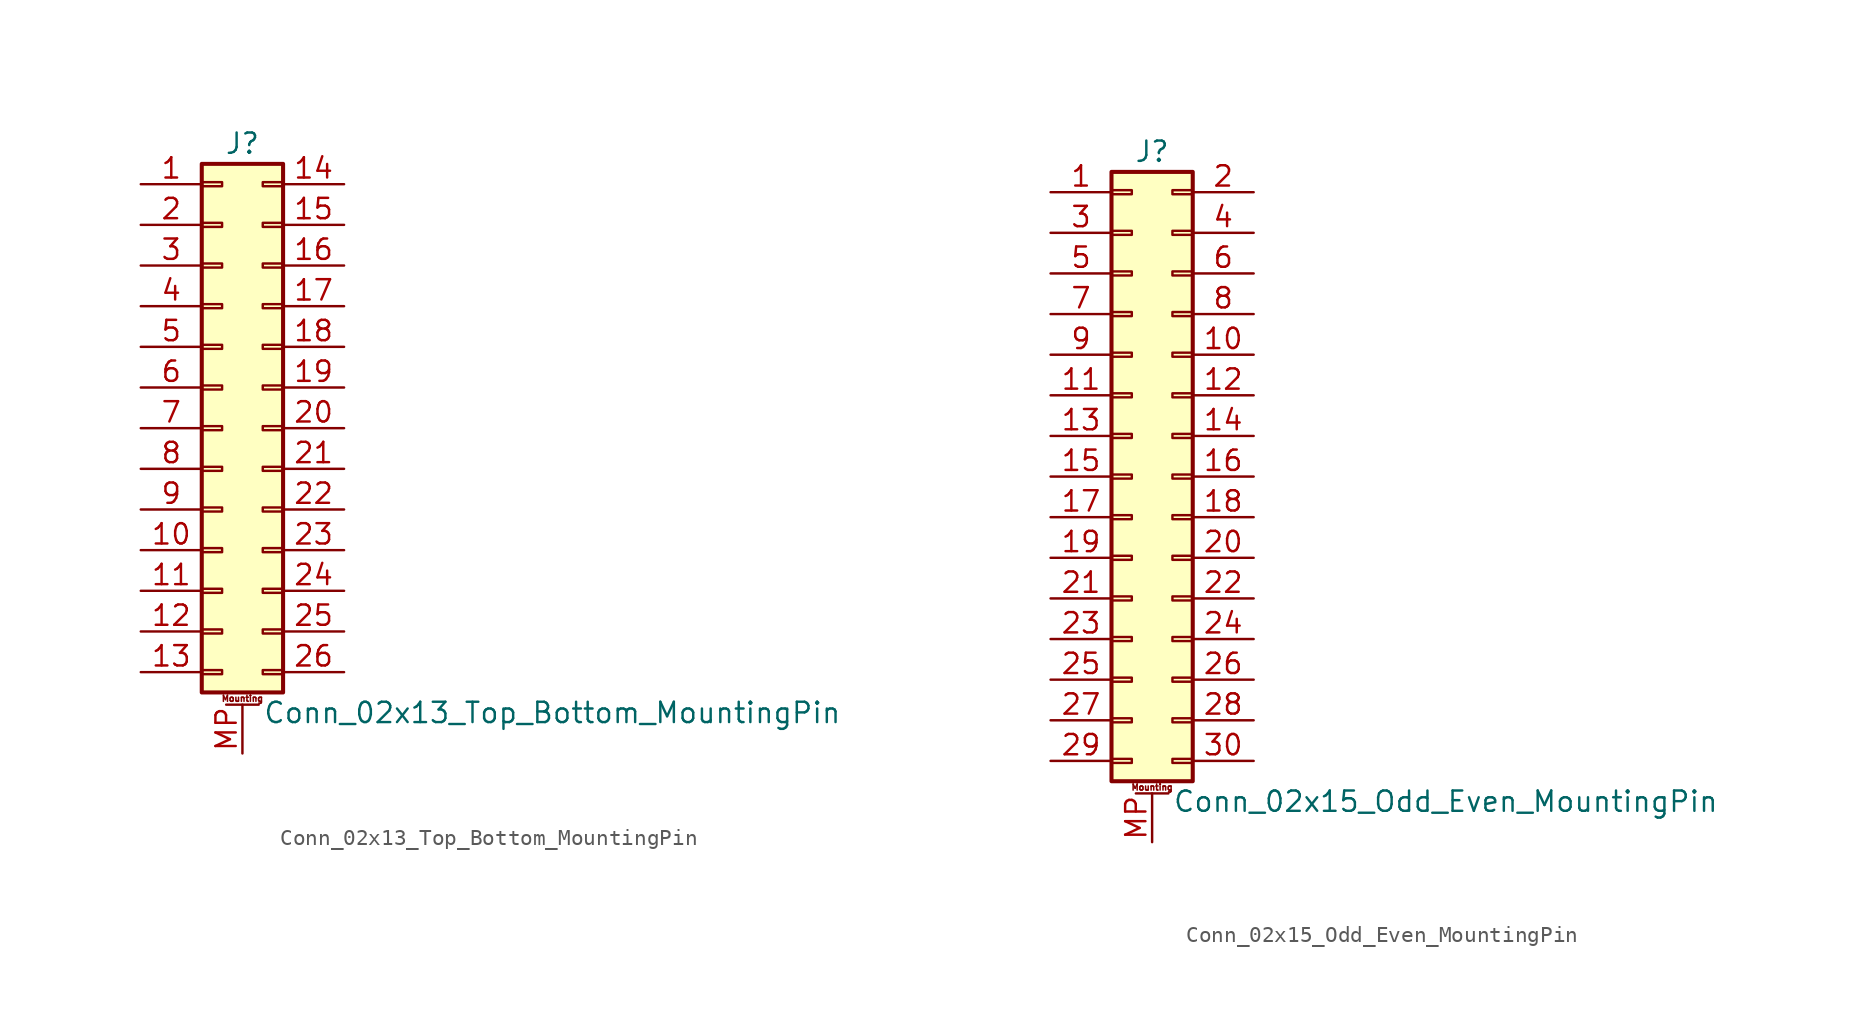
<source format=kicad_sym>
(kicad_symbol_lib
  (version 20201005)
  (generator kicad_symbol_editor)
  (symbol "Connector_Generic_MountingPin:Conn_02x13_Top_Bottom_MountingPin"
    (pin_names
      (offset 1.016) hide)
    (property "Reference" "J"
      (at 1.27 17.78 0)
      (effects (font (size 1.27 1.27))))
    (property "Value" "Conn_02x13_Top_Bottom_MountingPin"
      (at 2.54 -17.78 0)
      (effects (font (size 1.27 1.27)) (justify left)))
    (symbol "Conn_02x13_Top_Bottom_MountingPin_1_1"
      (text "Mounting" (at 1.27 -16.891 0) (effects (font (size 0.381 0.381))))
      (rectangle (start -1.27 -4.953) (end 0 -5.207) (stroke (width 0.152)) (fill (type none)))
      (rectangle (start -1.27 -7.493) (end 0 -7.747) (stroke (width 0.152)) (fill (type none)))
      (rectangle (start -1.27 -10.033) (end 0 -10.287) (stroke (width 0.152)) (fill (type none)))
      (rectangle (start -1.27 -12.573) (end 0 -12.827) (stroke (width 0.152)) (fill (type none)))
      (rectangle (start -1.27 -15.113) (end 0 -15.367) (stroke (width 0.152)) (fill (type none)))
      (rectangle (start -1.27 -2.413) (end 0 -2.667) (stroke (width 0.152)) (fill (type none)))
      (rectangle (start -1.27 2.667) (end 0 2.413) (stroke (width 0.152)) (fill (type none)))
      (rectangle (start -1.27 5.207) (end 0 4.953) (stroke (width 0.152)) (fill (type none)))
      (rectangle (start -1.27 7.747) (end 0 7.493) (stroke (width 0.152)) (fill (type none)))
      (rectangle (start -1.27 10.287) (end 0 10.033) (stroke (width 0.152)) (fill (type none)))
      (rectangle (start -1.27 0.127) (end 0 -0.127) (stroke (width 0.152)) (fill (type none)))
      (rectangle (start -1.27 12.827) (end 0 12.573) (stroke (width 0.152)) (fill (type none)))
      (rectangle (start -1.27 15.367) (end 0 15.113) (stroke (width 0.152)) (fill (type none)))
      (rectangle (start -1.27 16.51) (end 3.81 -16.51) (stroke (width 0.254)) (fill (type background)))
      (rectangle (start 3.81 -4.953) (end 2.54 -5.207) (stroke (width 0.152)) (fill (type none)))
      (rectangle (start 3.81 -7.493) (end 2.54 -7.747) (stroke (width 0.152)) (fill (type none)))
      (rectangle (start 3.81 -10.033) (end 2.54 -10.287) (stroke (width 0.152)) (fill (type none)))
      (rectangle (start 3.81 -12.573) (end 2.54 -12.827) (stroke (width 0.152)) (fill (type none)))
      (rectangle (start 3.81 -15.113) (end 2.54 -15.367) (stroke (width 0.152)) (fill (type none)))
      (rectangle (start 3.81 -2.413) (end 2.54 -2.667) (stroke (width 0.152)) (fill (type none)))
      (rectangle (start 3.81 2.667) (end 2.54 2.413) (stroke (width 0.152)) (fill (type none)))
      (rectangle (start 3.81 5.207) (end 2.54 4.953) (stroke (width 0.152)) (fill (type none)))
      (rectangle (start 3.81 7.747) (end 2.54 7.493) (stroke (width 0.152)) (fill (type none)))
      (rectangle (start 3.81 10.287) (end 2.54 10.033) (stroke (width 0.152)) (fill (type none)))
      (rectangle (start 3.81 0.127) (end 2.54 -0.127) (stroke (width 0.152)) (fill (type none)))
      (rectangle (start 3.81 12.827) (end 2.54 12.573) (stroke (width 0.152)) (fill (type none)))
      (rectangle (start 3.81 15.367) (end 2.54 15.113) (stroke (width 0.152)) (fill (type none)))
      (polyline (pts (xy 0.254 -17.272) (xy 2.286 -17.272)) (stroke (width 0.152)) (fill (type none)))
      (pin passive line (at 1.27 -20.32 90) (length 3.048) (name "MountPin" (effects (font (size 1.27 1.27)))) (number "MP" (effects (font (size 1.27 1.27)))))
      (pin passive line (at -5.08 15.24 0) (length 3.81) (name "Pin_1" (effects (font (size 1.27 1.27)))) (number "1" (effects (font (size 1.27 1.27)))))
      (pin passive line (at -5.08 -7.62 0) (length 3.81) (name "Pin_10" (effects (font (size 1.27 1.27)))) (number "10" (effects (font (size 1.27 1.27)))))
      (pin passive line (at -5.08 -10.16 0) (length 3.81) (name "Pin_11" (effects (font (size 1.27 1.27)))) (number "11" (effects (font (size 1.27 1.27)))))
      (pin passive line (at -5.08 -12.7 0) (length 3.81) (name "Pin_12" (effects (font (size 1.27 1.27)))) (number "12" (effects (font (size 1.27 1.27)))))
      (pin passive line (at -5.08 -15.24 0) (length 3.81) (name "Pin_13" (effects (font (size 1.27 1.27)))) (number "13" (effects (font (size 1.27 1.27)))))
      (pin passive line (at 7.62 15.24 180) (length 3.81) (name "Pin_14" (effects (font (size 1.27 1.27)))) (number "14" (effects (font (size 1.27 1.27)))))
      (pin passive line (at 7.62 12.7 180) (length 3.81) (name "Pin_15" (effects (font (size 1.27 1.27)))) (number "15" (effects (font (size 1.27 1.27)))))
      (pin passive line (at 7.62 10.16 180) (length 3.81) (name "Pin_16" (effects (font (size 1.27 1.27)))) (number "16" (effects (font (size 1.27 1.27)))))
      (pin passive line (at 7.62 7.62 180) (length 3.81) (name "Pin_17" (effects (font (size 1.27 1.27)))) (number "17" (effects (font (size 1.27 1.27)))))
      (pin passive line (at 7.62 5.08 180) (length 3.81) (name "Pin_18" (effects (font (size 1.27 1.27)))) (number "18" (effects (font (size 1.27 1.27)))))
      (pin passive line (at 7.62 2.54 180) (length 3.81) (name "Pin_19" (effects (font (size 1.27 1.27)))) (number "19" (effects (font (size 1.27 1.27)))))
      (pin passive line (at -5.08 12.7 0) (length 3.81) (name "Pin_2" (effects (font (size 1.27 1.27)))) (number "2" (effects (font (size 1.27 1.27)))))
      (pin passive line (at 7.62 0 180) (length 3.81) (name "Pin_20" (effects (font (size 1.27 1.27)))) (number "20" (effects (font (size 1.27 1.27)))))
      (pin passive line (at 7.62 -2.54 180) (length 3.81) (name "Pin_21" (effects (font (size 1.27 1.27)))) (number "21" (effects (font (size 1.27 1.27)))))
      (pin passive line (at 7.62 -5.08 180) (length 3.81) (name "Pin_22" (effects (font (size 1.27 1.27)))) (number "22" (effects (font (size 1.27 1.27)))))
      (pin passive line (at 7.62 -7.62 180) (length 3.81) (name "Pin_23" (effects (font (size 1.27 1.27)))) (number "23" (effects (font (size 1.27 1.27)))))
      (pin passive line (at 7.62 -10.16 180) (length 3.81) (name "Pin_24" (effects (font (size 1.27 1.27)))) (number "24" (effects (font (size 1.27 1.27)))))
      (pin passive line (at 7.62 -12.7 180) (length 3.81) (name "Pin_25" (effects (font (size 1.27 1.27)))) (number "25" (effects (font (size 1.27 1.27)))))
      (pin passive line (at 7.62 -15.24 180) (length 3.81) (name "Pin_26" (effects (font (size 1.27 1.27)))) (number "26" (effects (font (size 1.27 1.27)))))
      (pin passive line (at -5.08 10.16 0) (length 3.81) (name "Pin_3" (effects (font (size 1.27 1.27)))) (number "3" (effects (font (size 1.27 1.27)))))
      (pin passive line (at -5.08 7.62 0) (length 3.81) (name "Pin_4" (effects (font (size 1.27 1.27)))) (number "4" (effects (font (size 1.27 1.27)))))
      (pin passive line (at -5.08 5.08 0) (length 3.81) (name "Pin_5" (effects (font (size 1.27 1.27)))) (number "5" (effects (font (size 1.27 1.27)))))
      (pin passive line (at -5.08 2.54 0) (length 3.81) (name "Pin_6" (effects (font (size 1.27 1.27)))) (number "6" (effects (font (size 1.27 1.27)))))
      (pin passive line (at -5.08 0 0) (length 3.81) (name "Pin_7" (effects (font (size 1.27 1.27)))) (number "7" (effects (font (size 1.27 1.27)))))
      (pin passive line (at -5.08 -2.54 0) (length 3.81) (name "Pin_8" (effects (font (size 1.27 1.27)))) (number "8" (effects (font (size 1.27 1.27)))))
      (pin passive line (at -5.08 -5.08 0) (length 3.81) (name "Pin_9" (effects (font (size 1.27 1.27)))) (number "9" (effects (font (size 1.27 1.27)))))))
  (symbol "Connector_Generic_MountingPin:Conn_02x15_Odd_Even_MountingPin"
    (pin_names
      (offset 1.016) hide)
    (property "Reference" "J"
      (at 1.27 20.32 0)
      (effects (font (size 1.27 1.27))))
    (property "Value" "Conn_02x15_Odd_Even_MountingPin"
      (at 2.54 -20.32 0)
      (effects (font (size 1.27 1.27)) (justify left)))
    (symbol "Conn_02x15_Odd_Even_MountingPin_1_1"
      (text "Mounting" (at 1.27 -19.431 0) (effects (font (size 0.381 0.381))))
      (rectangle (start -1.27 -4.953) (end 0 -5.207) (stroke (width 0.152)) (fill (type none)))
      (rectangle (start -1.27 -7.493) (end 0 -7.747) (stroke (width 0.152)) (fill (type none)))
      (rectangle (start -1.27 -10.033) (end 0 -10.287) (stroke (width 0.152)) (fill (type none)))
      (rectangle (start -1.27 -12.573) (end 0 -12.827) (stroke (width 0.152)) (fill (type none)))
      (rectangle (start -1.27 -15.113) (end 0 -15.367) (stroke (width 0.152)) (fill (type none)))
      (rectangle (start -1.27 -17.653) (end 0 -17.907) (stroke (width 0.152)) (fill (type none)))
      (rectangle (start -1.27 -2.413) (end 0 -2.667) (stroke (width 0.152)) (fill (type none)))
      (rectangle (start -1.27 2.667) (end 0 2.413) (stroke (width 0.152)) (fill (type none)))
      (rectangle (start -1.27 5.207) (end 0 4.953) (stroke (width 0.152)) (fill (type none)))
      (rectangle (start -1.27 7.747) (end 0 7.493) (stroke (width 0.152)) (fill (type none)))
      (rectangle (start -1.27 10.287) (end 0 10.033) (stroke (width 0.152)) (fill (type none)))
      (rectangle (start -1.27 0.127) (end 0 -0.127) (stroke (width 0.152)) (fill (type none)))
      (rectangle (start -1.27 12.827) (end 0 12.573) (stroke (width 0.152)) (fill (type none)))
      (rectangle (start -1.27 15.367) (end 0 15.113) (stroke (width 0.152)) (fill (type none)))
      (rectangle (start -1.27 17.907) (end 0 17.653) (stroke (width 0.152)) (fill (type none)))
      (rectangle (start -1.27 19.05) (end 3.81 -19.05) (stroke (width 0.254)) (fill (type background)))
      (rectangle (start 3.81 -4.953) (end 2.54 -5.207) (stroke (width 0.152)) (fill (type none)))
      (rectangle (start 3.81 -7.493) (end 2.54 -7.747) (stroke (width 0.152)) (fill (type none)))
      (rectangle (start 3.81 -10.033) (end 2.54 -10.287) (stroke (width 0.152)) (fill (type none)))
      (rectangle (start 3.81 -12.573) (end 2.54 -12.827) (stroke (width 0.152)) (fill (type none)))
      (rectangle (start 3.81 -15.113) (end 2.54 -15.367) (stroke (width 0.152)) (fill (type none)))
      (rectangle (start 3.81 -17.653) (end 2.54 -17.907) (stroke (width 0.152)) (fill (type none)))
      (rectangle (start 3.81 -2.413) (end 2.54 -2.667) (stroke (width 0.152)) (fill (type none)))
      (rectangle (start 3.81 2.667) (end 2.54 2.413) (stroke (width 0.152)) (fill (type none)))
      (rectangle (start 3.81 5.207) (end 2.54 4.953) (stroke (width 0.152)) (fill (type none)))
      (rectangle (start 3.81 7.747) (end 2.54 7.493) (stroke (width 0.152)) (fill (type none)))
      (rectangle (start 3.81 10.287) (end 2.54 10.033) (stroke (width 0.152)) (fill (type none)))
      (rectangle (start 3.81 0.127) (end 2.54 -0.127) (stroke (width 0.152)) (fill (type none)))
      (rectangle (start 3.81 12.827) (end 2.54 12.573) (stroke (width 0.152)) (fill (type none)))
      (rectangle (start 3.81 15.367) (end 2.54 15.113) (stroke (width 0.152)) (fill (type none)))
      (rectangle (start 3.81 17.907) (end 2.54 17.653) (stroke (width 0.152)) (fill (type none)))
      (polyline (pts (xy 0.254 -19.812) (xy 2.286 -19.812)) (stroke (width 0.152)) (fill (type none)))
      (pin passive line (at 1.27 -22.86 90) (length 3.048) (name "MountPin" (effects (font (size 1.27 1.27)))) (number "MP" (effects (font (size 1.27 1.27)))))
      (pin passive line (at -5.08 17.78 0) (length 3.81) (name "Pin_1" (effects (font (size 1.27 1.27)))) (number "1" (effects (font (size 1.27 1.27)))))
      (pin passive line (at 7.62 7.62 180) (length 3.81) (name "Pin_10" (effects (font (size 1.27 1.27)))) (number "10" (effects (font (size 1.27 1.27)))))
      (pin passive line (at -5.08 5.08 0) (length 3.81) (name "Pin_11" (effects (font (size 1.27 1.27)))) (number "11" (effects (font (size 1.27 1.27)))))
      (pin passive line (at 7.62 5.08 180) (length 3.81) (name "Pin_12" (effects (font (size 1.27 1.27)))) (number "12" (effects (font (size 1.27 1.27)))))
      (pin passive line (at -5.08 2.54 0) (length 3.81) (name "Pin_13" (effects (font (size 1.27 1.27)))) (number "13" (effects (font (size 1.27 1.27)))))
      (pin passive line (at 7.62 2.54 180) (length 3.81) (name "Pin_14" (effects (font (size 1.27 1.27)))) (number "14" (effects (font (size 1.27 1.27)))))
      (pin passive line (at -5.08 0 0) (length 3.81) (name "Pin_15" (effects (font (size 1.27 1.27)))) (number "15" (effects (font (size 1.27 1.27)))))
      (pin passive line (at 7.62 0 180) (length 3.81) (name "Pin_16" (effects (font (size 1.27 1.27)))) (number "16" (effects (font (size 1.27 1.27)))))
      (pin passive line (at -5.08 -2.54 0) (length 3.81) (name "Pin_17" (effects (font (size 1.27 1.27)))) (number "17" (effects (font (size 1.27 1.27)))))
      (pin passive line (at 7.62 -2.54 180) (length 3.81) (name "Pin_18" (effects (font (size 1.27 1.27)))) (number "18" (effects (font (size 1.27 1.27)))))
      (pin passive line (at -5.08 -5.08 0) (length 3.81) (name "Pin_19" (effects (font (size 1.27 1.27)))) (number "19" (effects (font (size 1.27 1.27)))))
      (pin passive line (at 7.62 17.78 180) (length 3.81) (name "Pin_2" (effects (font (size 1.27 1.27)))) (number "2" (effects (font (size 1.27 1.27)))))
      (pin passive line (at 7.62 -5.08 180) (length 3.81) (name "Pin_20" (effects (font (size 1.27 1.27)))) (number "20" (effects (font (size 1.27 1.27)))))
      (pin passive line (at -5.08 -7.62 0) (length 3.81) (name "Pin_21" (effects (font (size 1.27 1.27)))) (number "21" (effects (font (size 1.27 1.27)))))
      (pin passive line (at 7.62 -7.62 180) (length 3.81) (name "Pin_22" (effects (font (size 1.27 1.27)))) (number "22" (effects (font (size 1.27 1.27)))))
      (pin passive line (at -5.08 -10.16 0) (length 3.81) (name "Pin_23" (effects (font (size 1.27 1.27)))) (number "23" (effects (font (size 1.27 1.27)))))
      (pin passive line (at 7.62 -10.16 180) (length 3.81) (name "Pin_24" (effects (font (size 1.27 1.27)))) (number "24" (effects (font (size 1.27 1.27)))))
      (pin passive line (at -5.08 -12.7 0) (length 3.81) (name "Pin_25" (effects (font (size 1.27 1.27)))) (number "25" (effects (font (size 1.27 1.27)))))
      (pin passive line (at 7.62 -12.7 180) (length 3.81) (name "Pin_26" (effects (font (size 1.27 1.27)))) (number "26" (effects (font (size 1.27 1.27)))))
      (pin passive line (at -5.08 -15.24 0) (length 3.81) (name "Pin_27" (effects (font (size 1.27 1.27)))) (number "27" (effects (font (size 1.27 1.27)))))
      (pin passive line (at 7.62 -15.24 180) (length 3.81) (name "Pin_28" (effects (font (size 1.27 1.27)))) (number "28" (effects (font (size 1.27 1.27)))))
      (pin passive line (at -5.08 -17.78 0) (length 3.81) (name "Pin_29" (effects (font (size 1.27 1.27)))) (number "29" (effects (font (size 1.27 1.27)))))
      (pin passive line (at -5.08 15.24 0) (length 3.81) (name "Pin_3" (effects (font (size 1.27 1.27)))) (number "3" (effects (font (size 1.27 1.27)))))
      (pin passive line (at 7.62 -17.78 180) (length 3.81) (name "Pin_30" (effects (font (size 1.27 1.27)))) (number "30" (effects (font (size 1.27 1.27)))))
      (pin passive line (at 7.62 15.24 180) (length 3.81) (name "Pin_4" (effects (font (size 1.27 1.27)))) (number "4" (effects (font (size 1.27 1.27)))))
      (pin passive line (at -5.08 12.7 0) (length 3.81) (name "Pin_5" (effects (font (size 1.27 1.27)))) (number "5" (effects (font (size 1.27 1.27)))))
      (pin passive line (at 7.62 12.7 180) (length 3.81) (name "Pin_6" (effects (font (size 1.27 1.27)))) (number "6" (effects (font (size 1.27 1.27)))))
      (pin passive line (at -5.08 10.16 0) (length 3.81) (name "Pin_7" (effects (font (size 1.27 1.27)))) (number "7" (effects (font (size 1.27 1.27)))))
      (pin passive line (at 7.62 10.16 180) (length 3.81) (name "Pin_8" (effects (font (size 1.27 1.27)))) (number "8" (effects (font (size 1.27 1.27)))))
      (pin passive line (at -5.08 7.62 0) (length 3.81) (name "Pin_9" (effects (font (size 1.27 1.27)))) (number "9" (effects (font (size 1.27 1.27))))))))
</source>
